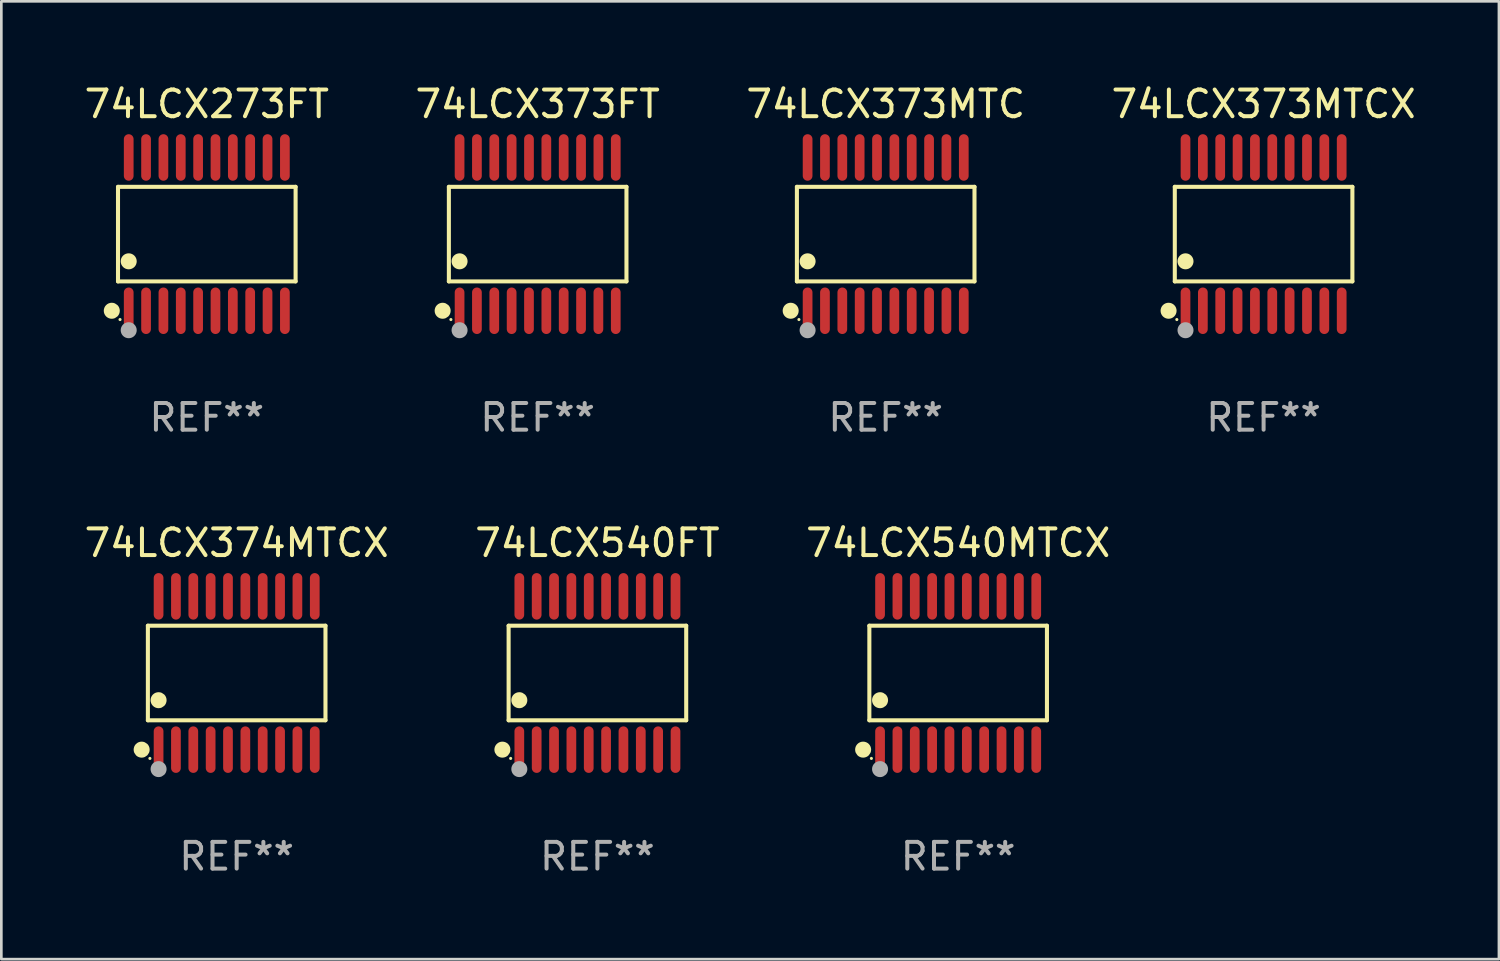
<source format=kicad_pcb>
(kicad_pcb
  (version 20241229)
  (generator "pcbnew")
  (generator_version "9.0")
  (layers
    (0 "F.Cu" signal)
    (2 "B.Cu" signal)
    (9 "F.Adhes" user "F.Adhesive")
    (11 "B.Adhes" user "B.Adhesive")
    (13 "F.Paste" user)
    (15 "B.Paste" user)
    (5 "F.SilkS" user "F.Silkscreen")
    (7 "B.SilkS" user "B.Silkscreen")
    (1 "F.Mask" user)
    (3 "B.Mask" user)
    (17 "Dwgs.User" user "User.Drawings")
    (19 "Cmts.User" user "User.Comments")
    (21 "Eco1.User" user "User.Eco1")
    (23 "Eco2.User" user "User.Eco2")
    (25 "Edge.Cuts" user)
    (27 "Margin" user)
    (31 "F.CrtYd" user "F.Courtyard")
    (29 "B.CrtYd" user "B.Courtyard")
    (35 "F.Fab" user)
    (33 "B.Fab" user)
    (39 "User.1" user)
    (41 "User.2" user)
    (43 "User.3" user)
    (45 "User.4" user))
  (footprint "74LCX273FT"
    (layer "F.Cu")
    (at 4.696 5.719)
    (property "Reference" "74LCX273FT" (at 0 -4.871 0) (layer "F.SilkS") (effects (font (size 1 1) (thickness 0.15))))
    (attr through_hole)
    (fp_line (start -3.326 -1.771) (end 3.326 -1.771) (stroke (width 0.152) (type solid)) (layer "F.SilkS"))
    (fp_line (start -3.326 1.771) (end -3.326 -1.771) (stroke (width 0.152) (type solid)) (layer "F.SilkS"))
    (fp_line (start 3.326 -1.771) (end 3.326 1.771) (stroke (width 0.152) (type solid)) (layer "F.SilkS"))
    (fp_line (start 3.326 1.771) (end -3.326 1.771) (stroke (width 0.152) (type solid)) (layer "F.SilkS"))
    (fp_circle (center -3.559 2.871) (end -3.409 2.871) (stroke (width 0.3) (type solid)) (fill no) (layer "F.SilkS"))
    (fp_circle (center -3.25 3.2) (end -3.22 3.2) (stroke (width 0.06) (type solid)) (fill no) (layer "F.SilkS"))
    (fp_circle (center -2.925 1.019) (end -2.775 1.019) (stroke (width 0.3) (type solid)) (fill no) (layer "F.SilkS"))
    (fp_circle (center -2.925 3.6) (end -2.775 3.6) (stroke (width 0.3) (type solid)) (fill no) (layer "F.Fab"))
    (fp_text user "REF**" (at 0 6.871 0) (layer "F.Fab") (effects (font (size 1 1) (thickness 0.15))))
    (pad "1" smd oval (at -2.925 2.871) (size 0.364 1.742) (layers "F.Cu" "F.Mask" "F.Paste"))
    (pad "2" smd oval (at -2.275 2.871) (size 0.364 1.742) (layers "F.Cu" "F.Mask" "F.Paste"))
    (pad "3" smd oval (at -1.625 2.871) (size 0.364 1.742) (layers "F.Cu" "F.Mask" "F.Paste"))
    (pad "4" smd oval (at -0.975 2.871) (size 0.364 1.742) (layers "F.Cu" "F.Mask" "F.Paste"))
    (pad "5" smd oval (at -0.325 2.871) (size 0.364 1.742) (layers "F.Cu" "F.Mask" "F.Paste"))
    (pad "6" smd oval (at 0.325 2.871) (size 0.364 1.742) (layers "F.Cu" "F.Mask" "F.Paste"))
    (pad "7" smd oval (at 0.975 2.871) (size 0.364 1.742) (layers "F.Cu" "F.Mask" "F.Paste"))
    (pad "8" smd oval (at 1.625 2.871) (size 0.364 1.742) (layers "F.Cu" "F.Mask" "F.Paste"))
    (pad "9" smd oval (at 2.275 2.871) (size 0.364 1.742) (layers "F.Cu" "F.Mask" "F.Paste"))
    (pad "10" smd oval (at 2.925 2.871) (size 0.364 1.742) (layers "F.Cu" "F.Mask" "F.Paste"))
    (pad "11" smd oval (at 2.925 -2.871) (size 0.364 1.742) (layers "F.Cu" "F.Mask" "F.Paste"))
    (pad "12" smd oval (at 2.275 -2.871) (size 0.364 1.742) (layers "F.Cu" "F.Mask" "F.Paste"))
    (pad "13" smd oval (at 1.625 -2.871) (size 0.364 1.742) (layers "F.Cu" "F.Mask" "F.Paste"))
    (pad "14" smd oval (at 0.975 -2.871) (size 0.364 1.742) (layers "F.Cu" "F.Mask" "F.Paste"))
    (pad "15" smd oval (at 0.325 -2.871) (size 0.364 1.742) (layers "F.Cu" "F.Mask" "F.Paste"))
    (pad "16" smd oval (at -0.325 -2.871) (size 0.364 1.742) (layers "F.Cu" "F.Mask" "F.Paste"))
    (pad "17" smd oval (at -0.975 -2.871) (size 0.364 1.742) (layers "F.Cu" "F.Mask" "F.Paste"))
    (pad "18" smd oval (at -1.625 -2.871) (size 0.364 1.742) (layers "F.Cu" "F.Mask" "F.Paste"))
    (pad "19" smd oval (at -2.275 -2.871) (size 0.364 1.742) (layers "F.Cu" "F.Mask" "F.Paste"))
    (pad "20" smd oval (at -2.925 -2.871) (size 0.364 1.742) (layers "F.Cu" "F.Mask" "F.Paste")))
  (footprint "74LCX373MTC"
    (layer "F.Cu")
    (at 30.125 5.719)
    (property "Reference" "74LCX373MTC" (at 0 -4.871 0) (layer "F.SilkS") (effects (font (size 1 1) (thickness 0.15))))
    (attr through_hole)
    (fp_line (start -3.326 -1.771) (end 3.326 -1.771) (stroke (width 0.152) (type solid)) (layer "F.SilkS"))
    (fp_line (start -3.326 1.771) (end -3.326 -1.771) (stroke (width 0.152) (type solid)) (layer "F.SilkS"))
    (fp_line (start 3.326 -1.771) (end 3.326 1.771) (stroke (width 0.152) (type solid)) (layer "F.SilkS"))
    (fp_line (start 3.326 1.771) (end -3.326 1.771) (stroke (width 0.152) (type solid)) (layer "F.SilkS"))
    (fp_circle (center -3.559 2.871) (end -3.409 2.871) (stroke (width 0.3) (type solid)) (fill no) (layer "F.SilkS"))
    (fp_circle (center -3.25 3.2) (end -3.22 3.2) (stroke (width 0.06) (type solid)) (fill no) (layer "F.SilkS"))
    (fp_circle (center -2.925 1.019) (end -2.775 1.019) (stroke (width 0.3) (type solid)) (fill no) (layer "F.SilkS"))
    (fp_circle (center -2.925 3.6) (end -2.775 3.6) (stroke (width 0.3) (type solid)) (fill no) (layer "F.Fab"))
    (fp_text user "REF**" (at 0 6.871 0) (layer "F.Fab") (effects (font (size 1 1) (thickness 0.15))))
    (pad "1" smd oval (at -2.925 2.871) (size 0.364 1.742) (layers "F.Cu" "F.Mask" "F.Paste"))
    (pad "2" smd oval (at -2.275 2.871) (size 0.364 1.742) (layers "F.Cu" "F.Mask" "F.Paste"))
    (pad "3" smd oval (at -1.625 2.871) (size 0.364 1.742) (layers "F.Cu" "F.Mask" "F.Paste"))
    (pad "4" smd oval (at -0.975 2.871) (size 0.364 1.742) (layers "F.Cu" "F.Mask" "F.Paste"))
    (pad "5" smd oval (at -0.325 2.871) (size 0.364 1.742) (layers "F.Cu" "F.Mask" "F.Paste"))
    (pad "6" smd oval (at 0.325 2.871) (size 0.364 1.742) (layers "F.Cu" "F.Mask" "F.Paste"))
    (pad "7" smd oval (at 0.975 2.871) (size 0.364 1.742) (layers "F.Cu" "F.Mask" "F.Paste"))
    (pad "8" smd oval (at 1.625 2.871) (size 0.364 1.742) (layers "F.Cu" "F.Mask" "F.Paste"))
    (pad "9" smd oval (at 2.275 2.871) (size 0.364 1.742) (layers "F.Cu" "F.Mask" "F.Paste"))
    (pad "10" smd oval (at 2.925 2.871) (size 0.364 1.742) (layers "F.Cu" "F.Mask" "F.Paste"))
    (pad "11" smd oval (at 2.925 -2.871) (size 0.364 1.742) (layers "F.Cu" "F.Mask" "F.Paste"))
    (pad "12" smd oval (at 2.275 -2.871) (size 0.364 1.742) (layers "F.Cu" "F.Mask" "F.Paste"))
    (pad "13" smd oval (at 1.625 -2.871) (size 0.364 1.742) (layers "F.Cu" "F.Mask" "F.Paste"))
    (pad "14" smd oval (at 0.975 -2.871) (size 0.364 1.742) (layers "F.Cu" "F.Mask" "F.Paste"))
    (pad "15" smd oval (at 0.325 -2.871) (size 0.364 1.742) (layers "F.Cu" "F.Mask" "F.Paste"))
    (pad "16" smd oval (at -0.325 -2.871) (size 0.364 1.742) (layers "F.Cu" "F.Mask" "F.Paste"))
    (pad "17" smd oval (at -0.975 -2.871) (size 0.364 1.742) (layers "F.Cu" "F.Mask" "F.Paste"))
    (pad "18" smd oval (at -1.625 -2.871) (size 0.364 1.742) (layers "F.Cu" "F.Mask" "F.Paste"))
    (pad "19" smd oval (at -2.275 -2.871) (size 0.364 1.742) (layers "F.Cu" "F.Mask" "F.Paste"))
    (pad "20" smd oval (at -2.925 -2.871) (size 0.364 1.742) (layers "F.Cu" "F.Mask" "F.Paste")))
  (footprint "74LCX374MTCX"
    (layer "F.Cu")
    (at 5.815 22.158)
    (property "Reference" "74LCX374MTCX" (at 0 -4.871 0) (layer "F.SilkS") (effects (font (size 1 1) (thickness 0.15))))
    (attr through_hole)
    (fp_line (start -3.326 -1.771) (end 3.326 -1.771) (stroke (width 0.152) (type solid)) (layer "F.SilkS"))
    (fp_line (start -3.326 1.771) (end -3.326 -1.771) (stroke (width 0.152) (type solid)) (layer "F.SilkS"))
    (fp_line (start 3.326 -1.771) (end 3.326 1.771) (stroke (width 0.152) (type solid)) (layer "F.SilkS"))
    (fp_line (start 3.326 1.771) (end -3.326 1.771) (stroke (width 0.152) (type solid)) (layer "F.SilkS"))
    (fp_circle (center -3.559 2.871) (end -3.409 2.871) (stroke (width 0.3) (type solid)) (fill no) (layer "F.SilkS"))
    (fp_circle (center -3.25 3.2) (end -3.22 3.2) (stroke (width 0.06) (type solid)) (fill no) (layer "F.SilkS"))
    (fp_circle (center -2.925 1.019) (end -2.775 1.019) (stroke (width 0.3) (type solid)) (fill no) (layer "F.SilkS"))
    (fp_circle (center -2.925 3.6) (end -2.775 3.6) (stroke (width 0.3) (type solid)) (fill no) (layer "F.Fab"))
    (fp_text user "REF**" (at 0 6.871 0) (layer "F.Fab") (effects (font (size 1 1) (thickness 0.15))))
    (pad "1" smd oval (at -2.925 2.871) (size 0.364 1.742) (layers "F.Cu" "F.Mask" "F.Paste"))
    (pad "2" smd oval (at -2.275 2.871) (size 0.364 1.742) (layers "F.Cu" "F.Mask" "F.Paste"))
    (pad "3" smd oval (at -1.625 2.871) (size 0.364 1.742) (layers "F.Cu" "F.Mask" "F.Paste"))
    (pad "4" smd oval (at -0.975 2.871) (size 0.364 1.742) (layers "F.Cu" "F.Mask" "F.Paste"))
    (pad "5" smd oval (at -0.325 2.871) (size 0.364 1.742) (layers "F.Cu" "F.Mask" "F.Paste"))
    (pad "6" smd oval (at 0.325 2.871) (size 0.364 1.742) (layers "F.Cu" "F.Mask" "F.Paste"))
    (pad "7" smd oval (at 0.975 2.871) (size 0.364 1.742) (layers "F.Cu" "F.Mask" "F.Paste"))
    (pad "8" smd oval (at 1.625 2.871) (size 0.364 1.742) (layers "F.Cu" "F.Mask" "F.Paste"))
    (pad "9" smd oval (at 2.275 2.871) (size 0.364 1.742) (layers "F.Cu" "F.Mask" "F.Paste"))
    (pad "10" smd oval (at 2.925 2.871) (size 0.364 1.742) (layers "F.Cu" "F.Mask" "F.Paste"))
    (pad "11" smd oval (at 2.925 -2.871) (size 0.364 1.742) (layers "F.Cu" "F.Mask" "F.Paste"))
    (pad "12" smd oval (at 2.275 -2.871) (size 0.364 1.742) (layers "F.Cu" "F.Mask" "F.Paste"))
    (pad "13" smd oval (at 1.625 -2.871) (size 0.364 1.742) (layers "F.Cu" "F.Mask" "F.Paste"))
    (pad "14" smd oval (at 0.975 -2.871) (size 0.364 1.742) (layers "F.Cu" "F.Mask" "F.Paste"))
    (pad "15" smd oval (at 0.325 -2.871) (size 0.364 1.742) (layers "F.Cu" "F.Mask" "F.Paste"))
    (pad "16" smd oval (at -0.325 -2.871) (size 0.364 1.742) (layers "F.Cu" "F.Mask" "F.Paste"))
    (pad "17" smd oval (at -0.975 -2.871) (size 0.364 1.742) (layers "F.Cu" "F.Mask" "F.Paste"))
    (pad "18" smd oval (at -1.625 -2.871) (size 0.364 1.742) (layers "F.Cu" "F.Mask" "F.Paste"))
    (pad "19" smd oval (at -2.275 -2.871) (size 0.364 1.742) (layers "F.Cu" "F.Mask" "F.Paste"))
    (pad "20" smd oval (at -2.925 -2.871) (size 0.364 1.742) (layers "F.Cu" "F.Mask" "F.Paste")))
  (footprint "74LCX540FT"
    (layer "F.Cu")
    (at 19.327 22.158)
    (property "Reference" "74LCX540FT" (at 0 -4.871 0) (layer "F.SilkS") (effects (font (size 1 1) (thickness 0.15))))
    (attr through_hole)
    (fp_line (start -3.326 -1.771) (end 3.326 -1.771) (stroke (width 0.152) (type solid)) (layer "F.SilkS"))
    (fp_line (start -3.326 1.771) (end -3.326 -1.771) (stroke (width 0.152) (type solid)) (layer "F.SilkS"))
    (fp_line (start 3.326 -1.771) (end 3.326 1.771) (stroke (width 0.152) (type solid)) (layer "F.SilkS"))
    (fp_line (start 3.326 1.771) (end -3.326 1.771) (stroke (width 0.152) (type solid)) (layer "F.SilkS"))
    (fp_circle (center -3.559 2.871) (end -3.409 2.871) (stroke (width 0.3) (type solid)) (fill no) (layer "F.SilkS"))
    (fp_circle (center -3.25 3.2) (end -3.22 3.2) (stroke (width 0.06) (type solid)) (fill no) (layer "F.SilkS"))
    (fp_circle (center -2.925 1.019) (end -2.775 1.019) (stroke (width 0.3) (type solid)) (fill no) (layer "F.SilkS"))
    (fp_circle (center -2.925 3.6) (end -2.775 3.6) (stroke (width 0.3) (type solid)) (fill no) (layer "F.Fab"))
    (fp_text user "REF**" (at 0 6.871 0) (layer "F.Fab") (effects (font (size 1 1) (thickness 0.15))))
    (pad "1" smd oval (at -2.925 2.871) (size 0.364 1.742) (layers "F.Cu" "F.Mask" "F.Paste"))
    (pad "2" smd oval (at -2.275 2.871) (size 0.364 1.742) (layers "F.Cu" "F.Mask" "F.Paste"))
    (pad "3" smd oval (at -1.625 2.871) (size 0.364 1.742) (layers "F.Cu" "F.Mask" "F.Paste"))
    (pad "4" smd oval (at -0.975 2.871) (size 0.364 1.742) (layers "F.Cu" "F.Mask" "F.Paste"))
    (pad "5" smd oval (at -0.325 2.871) (size 0.364 1.742) (layers "F.Cu" "F.Mask" "F.Paste"))
    (pad "6" smd oval (at 0.325 2.871) (size 0.364 1.742) (layers "F.Cu" "F.Mask" "F.Paste"))
    (pad "7" smd oval (at 0.975 2.871) (size 0.364 1.742) (layers "F.Cu" "F.Mask" "F.Paste"))
    (pad "8" smd oval (at 1.625 2.871) (size 0.364 1.742) (layers "F.Cu" "F.Mask" "F.Paste"))
    (pad "9" smd oval (at 2.275 2.871) (size 0.364 1.742) (layers "F.Cu" "F.Mask" "F.Paste"))
    (pad "10" smd oval (at 2.925 2.871) (size 0.364 1.742) (layers "F.Cu" "F.Mask" "F.Paste"))
    (pad "11" smd oval (at 2.925 -2.871) (size 0.364 1.742) (layers "F.Cu" "F.Mask" "F.Paste"))
    (pad "12" smd oval (at 2.275 -2.871) (size 0.364 1.742) (layers "F.Cu" "F.Mask" "F.Paste"))
    (pad "13" smd oval (at 1.625 -2.871) (size 0.364 1.742) (layers "F.Cu" "F.Mask" "F.Paste"))
    (pad "14" smd oval (at 0.975 -2.871) (size 0.364 1.742) (layers "F.Cu" "F.Mask" "F.Paste"))
    (pad "15" smd oval (at 0.325 -2.871) (size 0.364 1.742) (layers "F.Cu" "F.Mask" "F.Paste"))
    (pad "16" smd oval (at -0.325 -2.871) (size 0.364 1.742) (layers "F.Cu" "F.Mask" "F.Paste"))
    (pad "17" smd oval (at -0.975 -2.871) (size 0.364 1.742) (layers "F.Cu" "F.Mask" "F.Paste"))
    (pad "18" smd oval (at -1.625 -2.871) (size 0.364 1.742) (layers "F.Cu" "F.Mask" "F.Paste"))
    (pad "19" smd oval (at -2.275 -2.871) (size 0.364 1.742) (layers "F.Cu" "F.Mask" "F.Paste"))
    (pad "20" smd oval (at -2.925 -2.871) (size 0.364 1.742) (layers "F.Cu" "F.Mask" "F.Paste")))
  (footprint "74LCX373FT"
    (layer "F.Cu")
    (at 17.089 5.719)
    (property "Reference" "74LCX373FT" (at 0 -4.871 0) (layer "F.SilkS") (effects (font (size 1 1) (thickness 0.15))))
    (attr through_hole)
    (fp_line (start -3.326 -1.771) (end 3.326 -1.771) (stroke (width 0.152) (type solid)) (layer "F.SilkS"))
    (fp_line (start -3.326 1.771) (end -3.326 -1.771) (stroke (width 0.152) (type solid)) (layer "F.SilkS"))
    (fp_line (start 3.326 -1.771) (end 3.326 1.771) (stroke (width 0.152) (type solid)) (layer "F.SilkS"))
    (fp_line (start 3.326 1.771) (end -3.326 1.771) (stroke (width 0.152) (type solid)) (layer "F.SilkS"))
    (fp_circle (center -3.559 2.871) (end -3.409 2.871) (stroke (width 0.3) (type solid)) (fill no) (layer "F.SilkS"))
    (fp_circle (center -3.25 3.2) (end -3.22 3.2) (stroke (width 0.06) (type solid)) (fill no) (layer "F.SilkS"))
    (fp_circle (center -2.925 1.019) (end -2.775 1.019) (stroke (width 0.3) (type solid)) (fill no) (layer "F.SilkS"))
    (fp_circle (center -2.925 3.6) (end -2.775 3.6) (stroke (width 0.3) (type solid)) (fill no) (layer "F.Fab"))
    (fp_text user "REF**" (at 0 6.871 0) (layer "F.Fab") (effects (font (size 1 1) (thickness 0.15))))
    (pad "1" smd oval (at -2.925 2.871) (size 0.364 1.742) (layers "F.Cu" "F.Mask" "F.Paste"))
    (pad "2" smd oval (at -2.275 2.871) (size 0.364 1.742) (layers "F.Cu" "F.Mask" "F.Paste"))
    (pad "3" smd oval (at -1.625 2.871) (size 0.364 1.742) (layers "F.Cu" "F.Mask" "F.Paste"))
    (pad "4" smd oval (at -0.975 2.871) (size 0.364 1.742) (layers "F.Cu" "F.Mask" "F.Paste"))
    (pad "5" smd oval (at -0.325 2.871) (size 0.364 1.742) (layers "F.Cu" "F.Mask" "F.Paste"))
    (pad "6" smd oval (at 0.325 2.871) (size 0.364 1.742) (layers "F.Cu" "F.Mask" "F.Paste"))
    (pad "7" smd oval (at 0.975 2.871) (size 0.364 1.742) (layers "F.Cu" "F.Mask" "F.Paste"))
    (pad "8" smd oval (at 1.625 2.871) (size 0.364 1.742) (layers "F.Cu" "F.Mask" "F.Paste"))
    (pad "9" smd oval (at 2.275 2.871) (size 0.364 1.742) (layers "F.Cu" "F.Mask" "F.Paste"))
    (pad "10" smd oval (at 2.925 2.871) (size 0.364 1.742) (layers "F.Cu" "F.Mask" "F.Paste"))
    (pad "11" smd oval (at 2.925 -2.871) (size 0.364 1.742) (layers "F.Cu" "F.Mask" "F.Paste"))
    (pad "12" smd oval (at 2.275 -2.871) (size 0.364 1.742) (layers "F.Cu" "F.Mask" "F.Paste"))
    (pad "13" smd oval (at 1.625 -2.871) (size 0.364 1.742) (layers "F.Cu" "F.Mask" "F.Paste"))
    (pad "14" smd oval (at 0.975 -2.871) (size 0.364 1.742) (layers "F.Cu" "F.Mask" "F.Paste"))
    (pad "15" smd oval (at 0.325 -2.871) (size 0.364 1.742) (layers "F.Cu" "F.Mask" "F.Paste"))
    (pad "16" smd oval (at -0.325 -2.871) (size 0.364 1.742) (layers "F.Cu" "F.Mask" "F.Paste"))
    (pad "17" smd oval (at -0.975 -2.871) (size 0.364 1.742) (layers "F.Cu" "F.Mask" "F.Paste"))
    (pad "18" smd oval (at -1.625 -2.871) (size 0.364 1.742) (layers "F.Cu" "F.Mask" "F.Paste"))
    (pad "19" smd oval (at -2.275 -2.871) (size 0.364 1.742) (layers "F.Cu" "F.Mask" "F.Paste"))
    (pad "20" smd oval (at -2.925 -2.871) (size 0.364 1.742) (layers "F.Cu" "F.Mask" "F.Paste")))
  (footprint "74LCX373MTCX"
    (layer "F.Cu")
    (at 44.28 5.719)
    (property "Reference" "74LCX373MTCX" (at 0 -4.871 0) (layer "F.SilkS") (effects (font (size 1 1) (thickness 0.15))))
    (attr through_hole)
    (fp_line (start -3.326 -1.771) (end 3.326 -1.771) (stroke (width 0.152) (type solid)) (layer "F.SilkS"))
    (fp_line (start -3.326 1.771) (end -3.326 -1.771) (stroke (width 0.152) (type solid)) (layer "F.SilkS"))
    (fp_line (start 3.326 -1.771) (end 3.326 1.771) (stroke (width 0.152) (type solid)) (layer "F.SilkS"))
    (fp_line (start 3.326 1.771) (end -3.326 1.771) (stroke (width 0.152) (type solid)) (layer "F.SilkS"))
    (fp_circle (center -3.559 2.871) (end -3.409 2.871) (stroke (width 0.3) (type solid)) (fill no) (layer "F.SilkS"))
    (fp_circle (center -3.25 3.2) (end -3.22 3.2) (stroke (width 0.06) (type solid)) (fill no) (layer "F.SilkS"))
    (fp_circle (center -2.925 1.019) (end -2.775 1.019) (stroke (width 0.3) (type solid)) (fill no) (layer "F.SilkS"))
    (fp_circle (center -2.925 3.6) (end -2.775 3.6) (stroke (width 0.3) (type solid)) (fill no) (layer "F.Fab"))
    (fp_text user "REF**" (at 0 6.871 0) (layer "F.Fab") (effects (font (size 1 1) (thickness 0.15))))
    (pad "1" smd oval (at -2.925 2.871) (size 0.364 1.742) (layers "F.Cu" "F.Mask" "F.Paste"))
    (pad "2" smd oval (at -2.275 2.871) (size 0.364 1.742) (layers "F.Cu" "F.Mask" "F.Paste"))
    (pad "3" smd oval (at -1.625 2.871) (size 0.364 1.742) (layers "F.Cu" "F.Mask" "F.Paste"))
    (pad "4" smd oval (at -0.975 2.871) (size 0.364 1.742) (layers "F.Cu" "F.Mask" "F.Paste"))
    (pad "5" smd oval (at -0.325 2.871) (size 0.364 1.742) (layers "F.Cu" "F.Mask" "F.Paste"))
    (pad "6" smd oval (at 0.325 2.871) (size 0.364 1.742) (layers "F.Cu" "F.Mask" "F.Paste"))
    (pad "7" smd oval (at 0.975 2.871) (size 0.364 1.742) (layers "F.Cu" "F.Mask" "F.Paste"))
    (pad "8" smd oval (at 1.625 2.871) (size 0.364 1.742) (layers "F.Cu" "F.Mask" "F.Paste"))
    (pad "9" smd oval (at 2.275 2.871) (size 0.364 1.742) (layers "F.Cu" "F.Mask" "F.Paste"))
    (pad "10" smd oval (at 2.925 2.871) (size 0.364 1.742) (layers "F.Cu" "F.Mask" "F.Paste"))
    (pad "11" smd oval (at 2.925 -2.871) (size 0.364 1.742) (layers "F.Cu" "F.Mask" "F.Paste"))
    (pad "12" smd oval (at 2.275 -2.871) (size 0.364 1.742) (layers "F.Cu" "F.Mask" "F.Paste"))
    (pad "13" smd oval (at 1.625 -2.871) (size 0.364 1.742) (layers "F.Cu" "F.Mask" "F.Paste"))
    (pad "14" smd oval (at 0.975 -2.871) (size 0.364 1.742) (layers "F.Cu" "F.Mask" "F.Paste"))
    (pad "15" smd oval (at 0.325 -2.871) (size 0.364 1.742) (layers "F.Cu" "F.Mask" "F.Paste"))
    (pad "16" smd oval (at -0.325 -2.871) (size 0.364 1.742) (layers "F.Cu" "F.Mask" "F.Paste"))
    (pad "17" smd oval (at -0.975 -2.871) (size 0.364 1.742) (layers "F.Cu" "F.Mask" "F.Paste"))
    (pad "18" smd oval (at -1.625 -2.871) (size 0.364 1.742) (layers "F.Cu" "F.Mask" "F.Paste"))
    (pad "19" smd oval (at -2.275 -2.871) (size 0.364 1.742) (layers "F.Cu" "F.Mask" "F.Paste"))
    (pad "20" smd oval (at -2.925 -2.871) (size 0.364 1.742) (layers "F.Cu" "F.Mask" "F.Paste")))
  (footprint "74LCX540MTCX"
    (layer "F.Cu")
    (at 32.839 22.158)
    (property "Reference" "74LCX540MTCX" (at 0 -4.871 0) (layer "F.SilkS") (effects (font (size 1 1) (thickness 0.15))))
    (attr through_hole)
    (fp_line (start -3.326 -1.771) (end 3.326 -1.771) (stroke (width 0.152) (type solid)) (layer "F.SilkS"))
    (fp_line (start -3.326 1.771) (end -3.326 -1.771) (stroke (width 0.152) (type solid)) (layer "F.SilkS"))
    (fp_line (start 3.326 -1.771) (end 3.326 1.771) (stroke (width 0.152) (type solid)) (layer "F.SilkS"))
    (fp_line (start 3.326 1.771) (end -3.326 1.771) (stroke (width 0.152) (type solid)) (layer "F.SilkS"))
    (fp_circle (center -3.559 2.871) (end -3.409 2.871) (stroke (width 0.3) (type solid)) (fill no) (layer "F.SilkS"))
    (fp_circle (center -3.25 3.2) (end -3.22 3.2) (stroke (width 0.06) (type solid)) (fill no) (layer "F.SilkS"))
    (fp_circle (center -2.925 1.019) (end -2.775 1.019) (stroke (width 0.3) (type solid)) (fill no) (layer "F.SilkS"))
    (fp_circle (center -2.925 3.6) (end -2.775 3.6) (stroke (width 0.3) (type solid)) (fill no) (layer "F.Fab"))
    (fp_text user "REF**" (at 0 6.871 0) (layer "F.Fab") (effects (font (size 1 1) (thickness 0.15))))
    (pad "1" smd oval (at -2.925 2.871) (size 0.364 1.742) (layers "F.Cu" "F.Mask" "F.Paste"))
    (pad "2" smd oval (at -2.275 2.871) (size 0.364 1.742) (layers "F.Cu" "F.Mask" "F.Paste"))
    (pad "3" smd oval (at -1.625 2.871) (size 0.364 1.742) (layers "F.Cu" "F.Mask" "F.Paste"))
    (pad "4" smd oval (at -0.975 2.871) (size 0.364 1.742) (layers "F.Cu" "F.Mask" "F.Paste"))
    (pad "5" smd oval (at -0.325 2.871) (size 0.364 1.742) (layers "F.Cu" "F.Mask" "F.Paste"))
    (pad "6" smd oval (at 0.325 2.871) (size 0.364 1.742) (layers "F.Cu" "F.Mask" "F.Paste"))
    (pad "7" smd oval (at 0.975 2.871) (size 0.364 1.742) (layers "F.Cu" "F.Mask" "F.Paste"))
    (pad "8" smd oval (at 1.625 2.871) (size 0.364 1.742) (layers "F.Cu" "F.Mask" "F.Paste"))
    (pad "9" smd oval (at 2.275 2.871) (size 0.364 1.742) (layers "F.Cu" "F.Mask" "F.Paste"))
    (pad "10" smd oval (at 2.925 2.871) (size 0.364 1.742) (layers "F.Cu" "F.Mask" "F.Paste"))
    (pad "11" smd oval (at 2.925 -2.871) (size 0.364 1.742) (layers "F.Cu" "F.Mask" "F.Paste"))
    (pad "12" smd oval (at 2.275 -2.871) (size 0.364 1.742) (layers "F.Cu" "F.Mask" "F.Paste"))
    (pad "13" smd oval (at 1.625 -2.871) (size 0.364 1.742) (layers "F.Cu" "F.Mask" "F.Paste"))
    (pad "14" smd oval (at 0.975 -2.871) (size 0.364 1.742) (layers "F.Cu" "F.Mask" "F.Paste"))
    (pad "15" smd oval (at 0.325 -2.871) (size 0.364 1.742) (layers "F.Cu" "F.Mask" "F.Paste"))
    (pad "16" smd oval (at -0.325 -2.871) (size 0.364 1.742) (layers "F.Cu" "F.Mask" "F.Paste"))
    (pad "17" smd oval (at -0.975 -2.871) (size 0.364 1.742) (layers "F.Cu" "F.Mask" "F.Paste"))
    (pad "18" smd oval (at -1.625 -2.871) (size 0.364 1.742) (layers "F.Cu" "F.Mask" "F.Paste"))
    (pad "19" smd oval (at -2.275 -2.871) (size 0.364 1.742) (layers "F.Cu" "F.Mask" "F.Paste"))
    (pad "20" smd oval (at -2.925 -2.871) (size 0.364 1.742) (layers "F.Cu" "F.Mask" "F.Paste")))
  (gr_rect
    (start -3 -3)
    (end 53.095 32.877)
    (stroke (width 0.1) (type default))
    (fill no)
    (layer "Edge.Cuts")))
</source>
